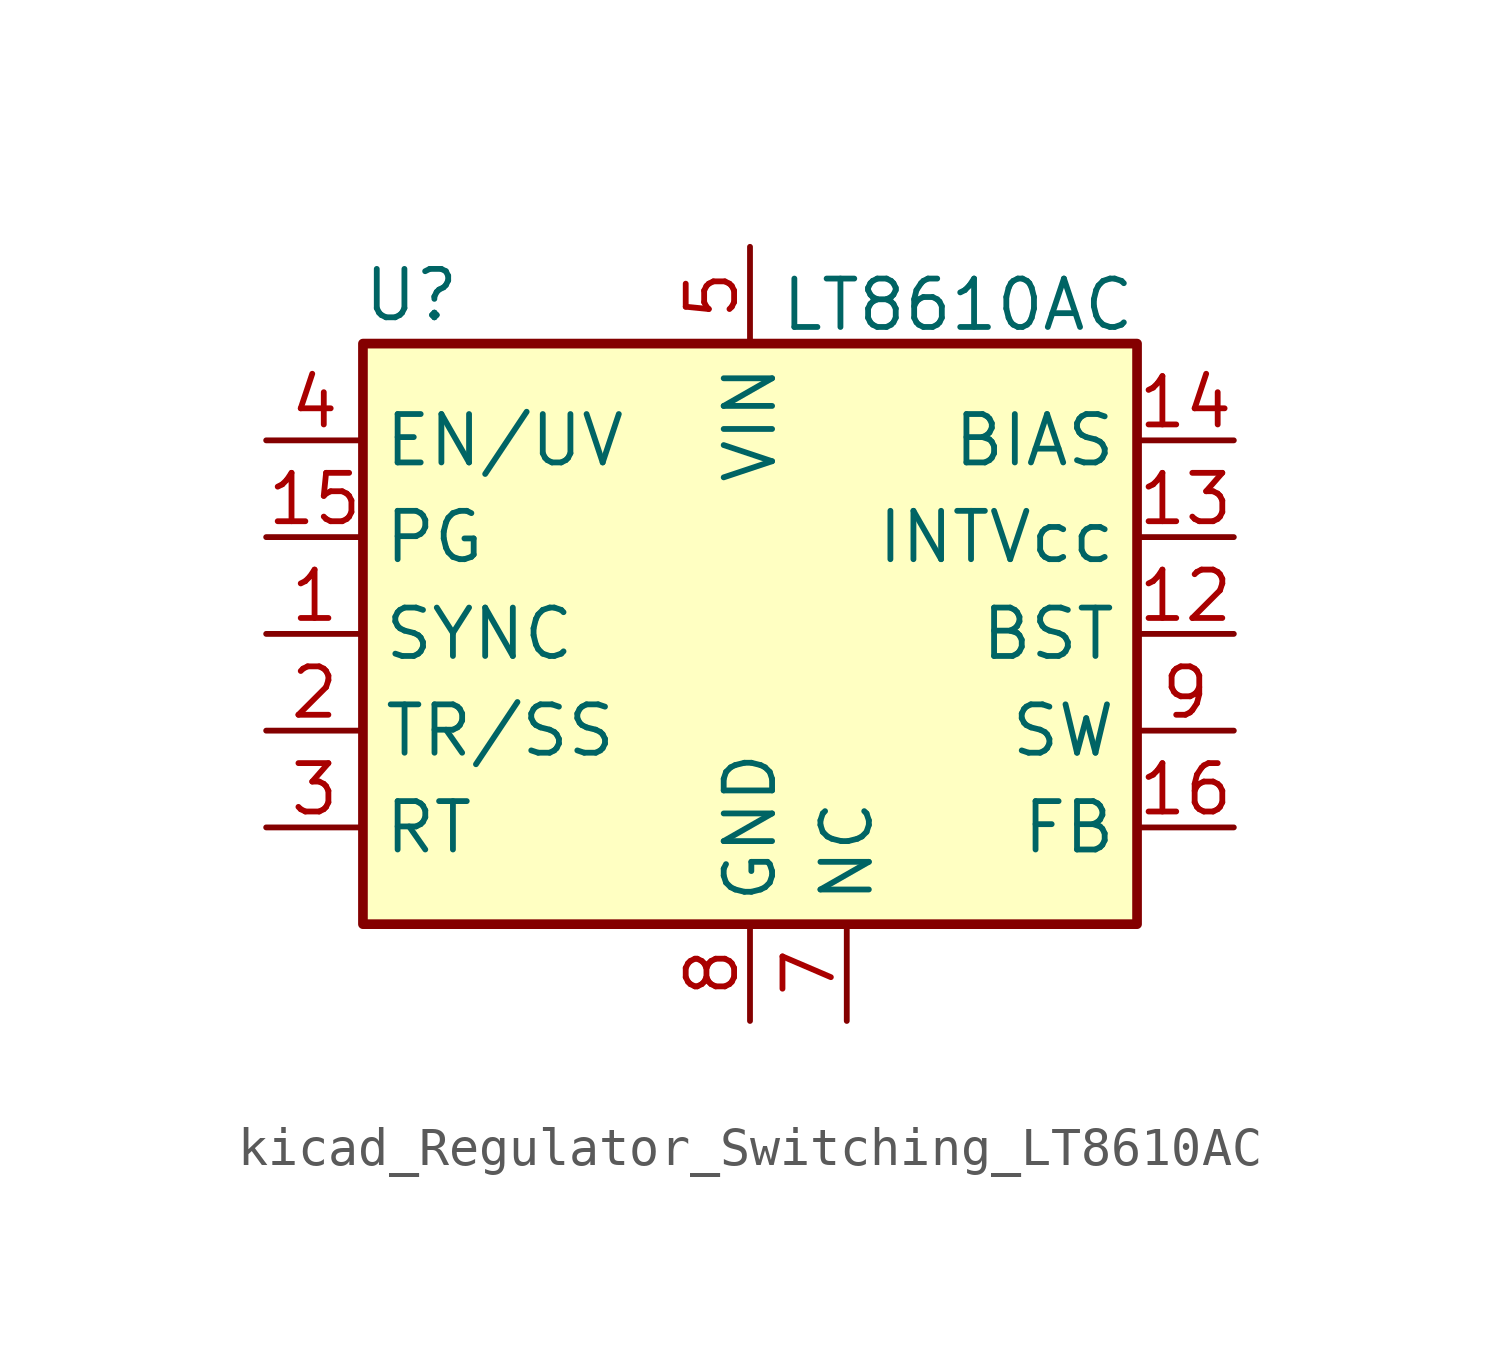
<source format=kicad_sym>
(kicad_symbol_lib
  (version 20220914)
  (generator kicad_symbol_editor)
  (symbol "kicad_Regulator_Switching_LT8610AC"
    (property "Reference" "U"
      (at -8.89 8.89 0)
      (effects (font (size 1.27 1.27))))
    (property "Value" "LT8610AC"
      (at 0.762 8.636 0)
      (effects (font (size 1.27 1.27)) (justify left)))
    (symbol "kicad_Regulator_Switching_LT8610AC_0_1"
      (rectangle (start -10.16 7.62) (end 10.16 -7.62) (stroke (width 0.254) (type default)) (fill (type background))))
    (symbol "kicad_Regulator_Switching_LT8610AC_1_1"
      (pin input line (at -12.7 0 0) (length 2.54) (name "SYNC" (effects (font (size 1.27 1.27)))) (number "1" (effects (font (size 1.27 1.27)))))
      (pin passive line (at 12.7 -2.54 180) (length 2.54) hide (name "SW" (effects (font (size 1.27 1.27)))) (number "10" (effects (font (size 1.27 1.27)))))
      (pin passive line (at 12.7 -2.54 180) (length 2.54) hide (name "SW" (effects (font (size 1.27 1.27)))) (number "11" (effects (font (size 1.27 1.27)))))
      (pin input line (at 12.7 0 180) (length 2.54) (name "BST" (effects (font (size 1.27 1.27)))) (number "12" (effects (font (size 1.27 1.27)))))
      (pin passive line (at 12.7 2.54 180) (length 2.54) (name "INTVcc" (effects (font (size 1.27 1.27)))) (number "13" (effects (font (size 1.27 1.27)))))
      (pin input line (at 12.7 5.08 180) (length 2.54) (name "BIAS" (effects (font (size 1.27 1.27)))) (number "14" (effects (font (size 1.27 1.27)))))
      (pin open_collector line (at -12.7 2.54 0) (length 2.54) (name "PG" (effects (font (size 1.27 1.27)))) (number "15" (effects (font (size 1.27 1.27)))))
      (pin input line (at 12.7 -5.08 180) (length 2.54) (name "FB" (effects (font (size 1.27 1.27)))) (number "16" (effects (font (size 1.27 1.27)))))
      (pin passive line (at 0 -10.16 90) (length 2.54) hide (name "GND" (effects (font (size 1.27 1.27)))) (number "17" (effects (font (size 1.27 1.27)))))
      (pin input line (at -12.7 -2.54 0) (length 2.54) (name "TR/SS" (effects (font (size 1.27 1.27)))) (number "2" (effects (font (size 1.27 1.27)))))
      (pin passive line (at -12.7 -5.08 0) (length 2.54) (name "RT" (effects (font (size 1.27 1.27)))) (number "3" (effects (font (size 1.27 1.27)))))
      (pin input line (at -12.7 5.08 0) (length 2.54) (name "EN/UV" (effects (font (size 1.27 1.27)))) (number "4" (effects (font (size 1.27 1.27)))))
      (pin power_in line (at 0 10.16 270) (length 2.54) (name "VIN" (effects (font (size 1.27 1.27)))) (number "5" (effects (font (size 1.27 1.27)))))
      (pin passive line (at 0 10.16 270) (length 2.54) hide (name "VIN" (effects (font (size 1.27 1.27)))) (number "6" (effects (font (size 1.27 1.27)))))
      (pin passive line (at 2.54 -10.16 90) (length 2.54) (name "NC" (effects (font (size 1.27 1.27)))) (number "7" (effects (font (size 1.27 1.27)))))
      (pin power_in line (at 0 -10.16 90) (length 2.54) (name "GND" (effects (font (size 1.27 1.27)))) (number "8" (effects (font (size 1.27 1.27)))))
      (pin output line (at 12.7 -2.54 180) (length 2.54) (name "SW" (effects (font (size 1.27 1.27)))) (number "9" (effects (font (size 1.27 1.27))))))))
</source>
